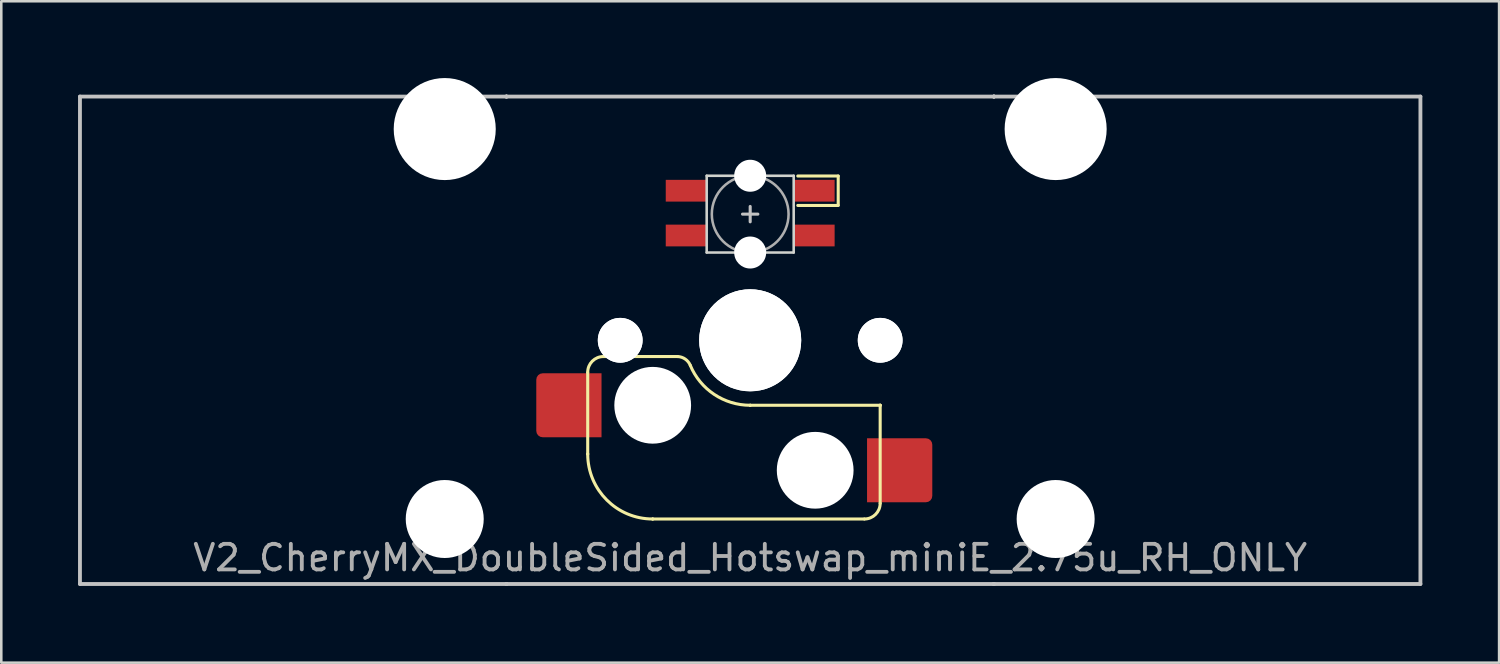
<source format=kicad_pcb>
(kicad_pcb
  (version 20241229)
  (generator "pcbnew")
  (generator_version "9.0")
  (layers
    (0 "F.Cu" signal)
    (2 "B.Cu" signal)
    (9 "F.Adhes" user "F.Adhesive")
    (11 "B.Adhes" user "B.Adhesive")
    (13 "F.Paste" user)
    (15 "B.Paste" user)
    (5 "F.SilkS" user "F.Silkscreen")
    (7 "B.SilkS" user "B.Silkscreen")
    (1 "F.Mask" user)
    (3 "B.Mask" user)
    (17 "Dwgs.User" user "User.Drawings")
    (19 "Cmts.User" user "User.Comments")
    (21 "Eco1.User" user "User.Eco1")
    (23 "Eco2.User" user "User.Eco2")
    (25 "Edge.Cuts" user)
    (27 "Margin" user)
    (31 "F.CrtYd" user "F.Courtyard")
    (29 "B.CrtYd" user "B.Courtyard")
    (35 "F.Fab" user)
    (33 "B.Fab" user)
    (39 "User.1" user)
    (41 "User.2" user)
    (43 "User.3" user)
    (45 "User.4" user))
  (footprint "V2_CherryMX_DoubleSided_Hotswap_miniE_2.75u_RH_ONLY"
    (layer "F.Cu")
    (at 26.269 10.249)
    (property "Reference" "V2_CherryMX_DoubleSided_Hotswap_miniE_2.75u_RH_ONLY" (at 0 8.5 0) (layer "F.Fab") (effects (font (size 1 1) (thickness 0.15))))
    (attr through_hole)
    (fp_poly (pts (xy -3.25 -6.22) (xy -1.75 -6.22) (xy -1.75 -5.47) (xy -3.25 -5.47)) (stroke (width 0.1) (type solid)) (fill yes) (layer "F.Mask"))
    (fp_poly (pts (xy -3.25 -4.47) (xy -1.75 -4.47) (xy -1.75 -3.72) (xy -3.25 -3.72)) (stroke (width 0.1) (type solid)) (fill yes) (layer "F.Mask"))
    (fp_poly (pts (xy 1.75 -4.47) (xy 3.25 -4.47) (xy 3.25 -3.72) (xy 1.75 -3.72)) (stroke (width 0.1) (type solid)) (fill yes) (layer "F.Mask"))
    (fp_poly (pts (xy 1.75 -6.22) (xy 2.85 -6.22) (xy 3.25 -5.82) (xy 3.25 -5.47) (xy 1.75 -5.47)) (stroke (width 0.1) (type solid)) (fill yes) (layer "F.Mask"))
    (fp_line (start -6.35 4.445) (end -6.35 1.26) (stroke (width 0.12) (type solid)) (layer "F.SilkS"))
    (fp_line (start -6.35 4.445) (end -6.35 4.445) (stroke (width 0.12) (type solid)) (layer "F.SilkS"))
    (fp_line (start -5.73 0.635) (end -2.84 0.635) (stroke (width 0.12) (type solid)) (layer "F.SilkS"))
    (fp_line (start -3.81 6.985) (end -3.81 6.985) (stroke (width 0.12) (type solid)) (layer "F.SilkS"))
    (fp_line (start -3.81 6.985) (end 4.46 6.985) (stroke (width 0.12) (type solid)) (layer "F.SilkS"))
    (fp_line (start 0 2.54) (end 0 2.54) (stroke (width 0.12) (type solid)) (layer "F.SilkS"))
    (fp_line (start 0 2.54) (end 5.08 2.54) (stroke (width 0.12) (type solid)) (layer "F.SilkS"))
    (fp_line (start 3.44 -6.42) (end 1.86 -6.42) (stroke (width 0.12) (type solid)) (layer "F.SilkS"))
    (fp_line (start 3.44 -5.278) (end 3.44 -6.42) (stroke (width 0.12) (type solid)) (layer "F.SilkS"))
    (fp_line (start 3.44 -5.27) (end 1.86 -5.27) (stroke (width 0.12) (type solid)) (layer "F.SilkS"))
    (fp_line (start 5.08 2.54) (end 5.08 2.54) (stroke (width 0.12) (type solid)) (layer "F.SilkS"))
    (fp_line (start 5.08 2.54) (end 5.08 2.54) (stroke (width 0.12) (type solid)) (layer "F.SilkS"))
    (fp_line (start 5.08 6.37) (end 5.08 2.54) (stroke (width 0.12) (type solid)) (layer "F.SilkS"))
    (fp_arc (start -6.35 1.25) (mid -6.169871 0.815129) (end -5.735 0.635) (stroke (width 0.12) (type default)) (layer "F.SilkS"))
    (fp_arc (start -3.81 6.985) (mid -5.606051 6.241051) (end -6.35 4.445) (stroke (width 0.12) (type solid)) (layer "F.SilkS"))
    (fp_arc (start -2.840072 0.635) (mid -2.539136 0.734324) (end -2.34 0.980845) (stroke (width 0.12) (type default)) (layer "F.SilkS"))
    (fp_arc (start 0 2.54) (mid -1.405313 2.115202) (end -2.34 0.983072) (stroke (width 0.12) (type solid)) (layer "F.SilkS"))
    (fp_arc (start 5.080129 6.37) (mid 4.9 6.80487) (end 4.465129 6.985) (stroke (width 0.12) (type default)) (layer "F.SilkS"))
    (fp_line (start -26.194 -9.525) (end 26.194 -9.525) (stroke (width 0.15) (type solid)) (layer "Dwgs.User"))
    (fp_line (start -26.194 9.525) (end -26.194 -9.525) (stroke (width 0.15) (type solid)) (layer "Dwgs.User"))
    (fp_line (start -9.525 -9.525) (end -9.525 -9.525) (stroke (width 0.15) (type solid)) (layer "Dwgs.User"))
    (fp_line (start -9.525 -9.525) (end -9.525 -9.525) (stroke (width 0.15) (type solid)) (layer "Dwgs.User"))
    (fp_line (start -9.525 -9.525) (end -9.525 -9.525) (stroke (width 0.15) (type solid)) (layer "Dwgs.User"))
    (fp_line (start -9.525 -9.525) (end -9.525 -9.525) (stroke (width 0.15) (type solid)) (layer "Dwgs.User"))
    (fp_line (start -9.525 9.525) (end -9.525 9.525) (stroke (width 0.15) (type solid)) (layer "Dwgs.User"))
    (fp_line (start -9.525 9.525) (end -9.525 9.525) (stroke (width 0.15) (type solid)) (layer "Dwgs.User"))
    (fp_line (start -9.525 9.525) (end -9.525 9.525) (stroke (width 0.15) (type solid)) (layer "Dwgs.User"))
    (fp_line (start -9.525 9.525) (end -9.525 9.525) (stroke (width 0.15) (type solid)) (layer "Dwgs.User"))
    (fp_line (start -0.3 -4.93) (end 0.3 -4.93) (stroke (width 0.12) (type solid)) (layer "Dwgs.User"))
    (fp_line (start 0 -4.63) (end 0 -5.23) (stroke (width 0.12) (type solid)) (layer "Dwgs.User"))
    (fp_line (start 9.525 -9.525) (end 9.525 -9.525) (stroke (width 0.15) (type solid)) (layer "Dwgs.User"))
    (fp_line (start 9.525 -9.525) (end 9.525 -9.525) (stroke (width 0.15) (type solid)) (layer "Dwgs.User"))
    (fp_line (start 9.525 -9.525) (end 9.525 -9.525) (stroke (width 0.15) (type solid)) (layer "Dwgs.User"))
    (fp_line (start 9.525 -9.525) (end 9.525 -9.525) (stroke (width 0.15) (type solid)) (layer "Dwgs.User"))
    (fp_line (start 9.525 9.525) (end 9.525 9.525) (stroke (width 0.15) (type solid)) (layer "Dwgs.User"))
    (fp_line (start 9.525 9.525) (end 9.525 9.525) (stroke (width 0.15) (type solid)) (layer "Dwgs.User"))
    (fp_line (start 9.525 9.525) (end 9.525 9.525) (stroke (width 0.15) (type solid)) (layer "Dwgs.User"))
    (fp_line (start 9.525 9.525) (end 9.525 9.525) (stroke (width 0.15) (type solid)) (layer "Dwgs.User"))
    (fp_line (start 26.194 -9.525) (end 26.194 9.525) (stroke (width 0.15) (type solid)) (layer "Dwgs.User"))
    (fp_line (start 26.194 9.525) (end -26.194 9.525) (stroke (width 0.15) (type solid)) (layer "Dwgs.User"))
    (fp_line (start -1.7 -6.43) (end -1.7 -3.43) (stroke (width 0.1) (type solid)) (layer "Edge.Cuts"))
    (fp_line (start 1.7 -6.43) (end -1.7 -6.43) (stroke (width 0.1) (type solid)) (layer "Edge.Cuts"))
    (fp_line (start 1.7 -3.43) (end -1.7 -3.43) (stroke (width 0.1) (type solid)) (layer "Edge.Cuts"))
    (fp_line (start 1.7 -3.43) (end 1.7 -6.43) (stroke (width 0.1) (type solid)) (layer "Edge.Cuts"))
    (fp_circle (center 0 -4.93) (end 0 -6.43) (stroke (width 0.1) (type solid)) (fill no) (layer "F.Fab"))
    (fp_line (start -9.525 9.525) (end -9.525 -9.525) (stroke (width 0.15) (type solid)) (layer "User.2"))
    (fp_line (start 9.525 -9.525) (end -9.525 -9.525) (stroke (width 0.15) (type solid)) (layer "User.2"))
    (fp_line (start 9.525 9.525) (end -9.525 9.525) (stroke (width 0.15) (type solid)) (layer "User.2"))
    (fp_line (start 9.525 9.525) (end 9.525 -9.525) (stroke (width 0.15) (type solid)) (layer "User.2"))
    (pad "" np_thru_hole circle (at -11.938 -8.255) (size 3.988 3.988) (drill 3.988) (layers "*.Cu" "*.Mask"))
    (pad "" np_thru_hole circle (at -11.938 6.985) (size 3.048 3.048) (drill 3.048) (layers "*.Cu" "*.Mask"))
    (pad "" np_thru_hole circle (at -5.08 0 180) (size 1.75 1.75) (drill 1.75) (layers "*.Cu" "*.Mask"))
    (pad "" np_thru_hole circle (at -5.08 0 180) (size 1.75 1.75) (drill 1.75) (layers "*.Cu" "*.Mask"))
    (pad "" np_thru_hole circle (at -3.81 2.54 180) (size 3 3) (drill 3) (layers "*.Cu" "*.Mask"))
    (pad "" np_thru_hole circle (at 0 -6.43 180) (size 1.25 1.25) (drill 1.25) (layers "*.Cu" "*.Mask"))
    (pad "" np_thru_hole circle (at 0 -3.43 180) (size 1.25 1.25) (drill 1.25) (layers "*.Cu" "*.Mask"))
    (pad "" np_thru_hole circle (at 0 0 180) (size 3.988 3.988) (drill 3.988) (layers "*.Cu" "*.Mask"))
    (pad "" np_thru_hole circle (at 0 0 180) (size 3.988 3.988) (drill 3.988) (layers "*.Cu" "*.Mask"))
    (pad "" np_thru_hole circle (at 2.54 5.08 180) (size 3 3) (drill 3) (layers "*.Cu" "*.Mask"))
    (pad "" np_thru_hole circle (at 5.08 0 180) (size 1.75 1.75) (drill 1.75) (layers "*.Cu" "*.Mask"))
    (pad "" np_thru_hole circle (at 5.08 0 180) (size 1.75 1.75) (drill 1.75) (layers "*.Cu" "*.Mask"))
    (pad "" np_thru_hole circle (at 11.938 -8.255) (size 3.988 3.988) (drill 3.988) (layers "*.Cu" "*.Mask"))
    (pad "" np_thru_hole circle (at 11.938 6.985) (size 3.048 3.048) (drill 3.048) (layers "*.Cu" "*.Mask"))
    (pad "1" smd rect (at -2.5 -4.095) (size 1.6 0.85) (layers "F.Cu"))
    (pad "2" smd rect (at -2.5 -5.845 180) (size 1.6 0.85) (layers "F.Cu"))
    (pad "3" smd rect (at 2.5 -5.845 180) (size 1.6 0.85) (layers "F.Cu"))
    (pad "4" smd rect (at 2.5 -4.095) (size 1.6 0.85) (layers "F.Cu"))
    (pad "5" smd roundrect (at 5.842 5.08 180) (size 2.55 2.5) (layers "F.Cu" "F.Mask" "F.Paste") (roundrect_rratio 0.1) (chamfer_ratio 0) (chamfer top_right bottom_right))
    (pad "6" smd roundrect (at -7.085 2.54 180) (size 2.55 2.5) (layers "F.Cu" "F.Mask" "F.Paste") (roundrect_rratio 0.1) (chamfer_ratio 0) (chamfer top_left bottom_left)))
  (gr_rect
    (start -3 -3)
    (end 55.538 22.849)
    (stroke (width 0.1) (type default))
    (fill no)
    (layer "Edge.Cuts")))
</source>
